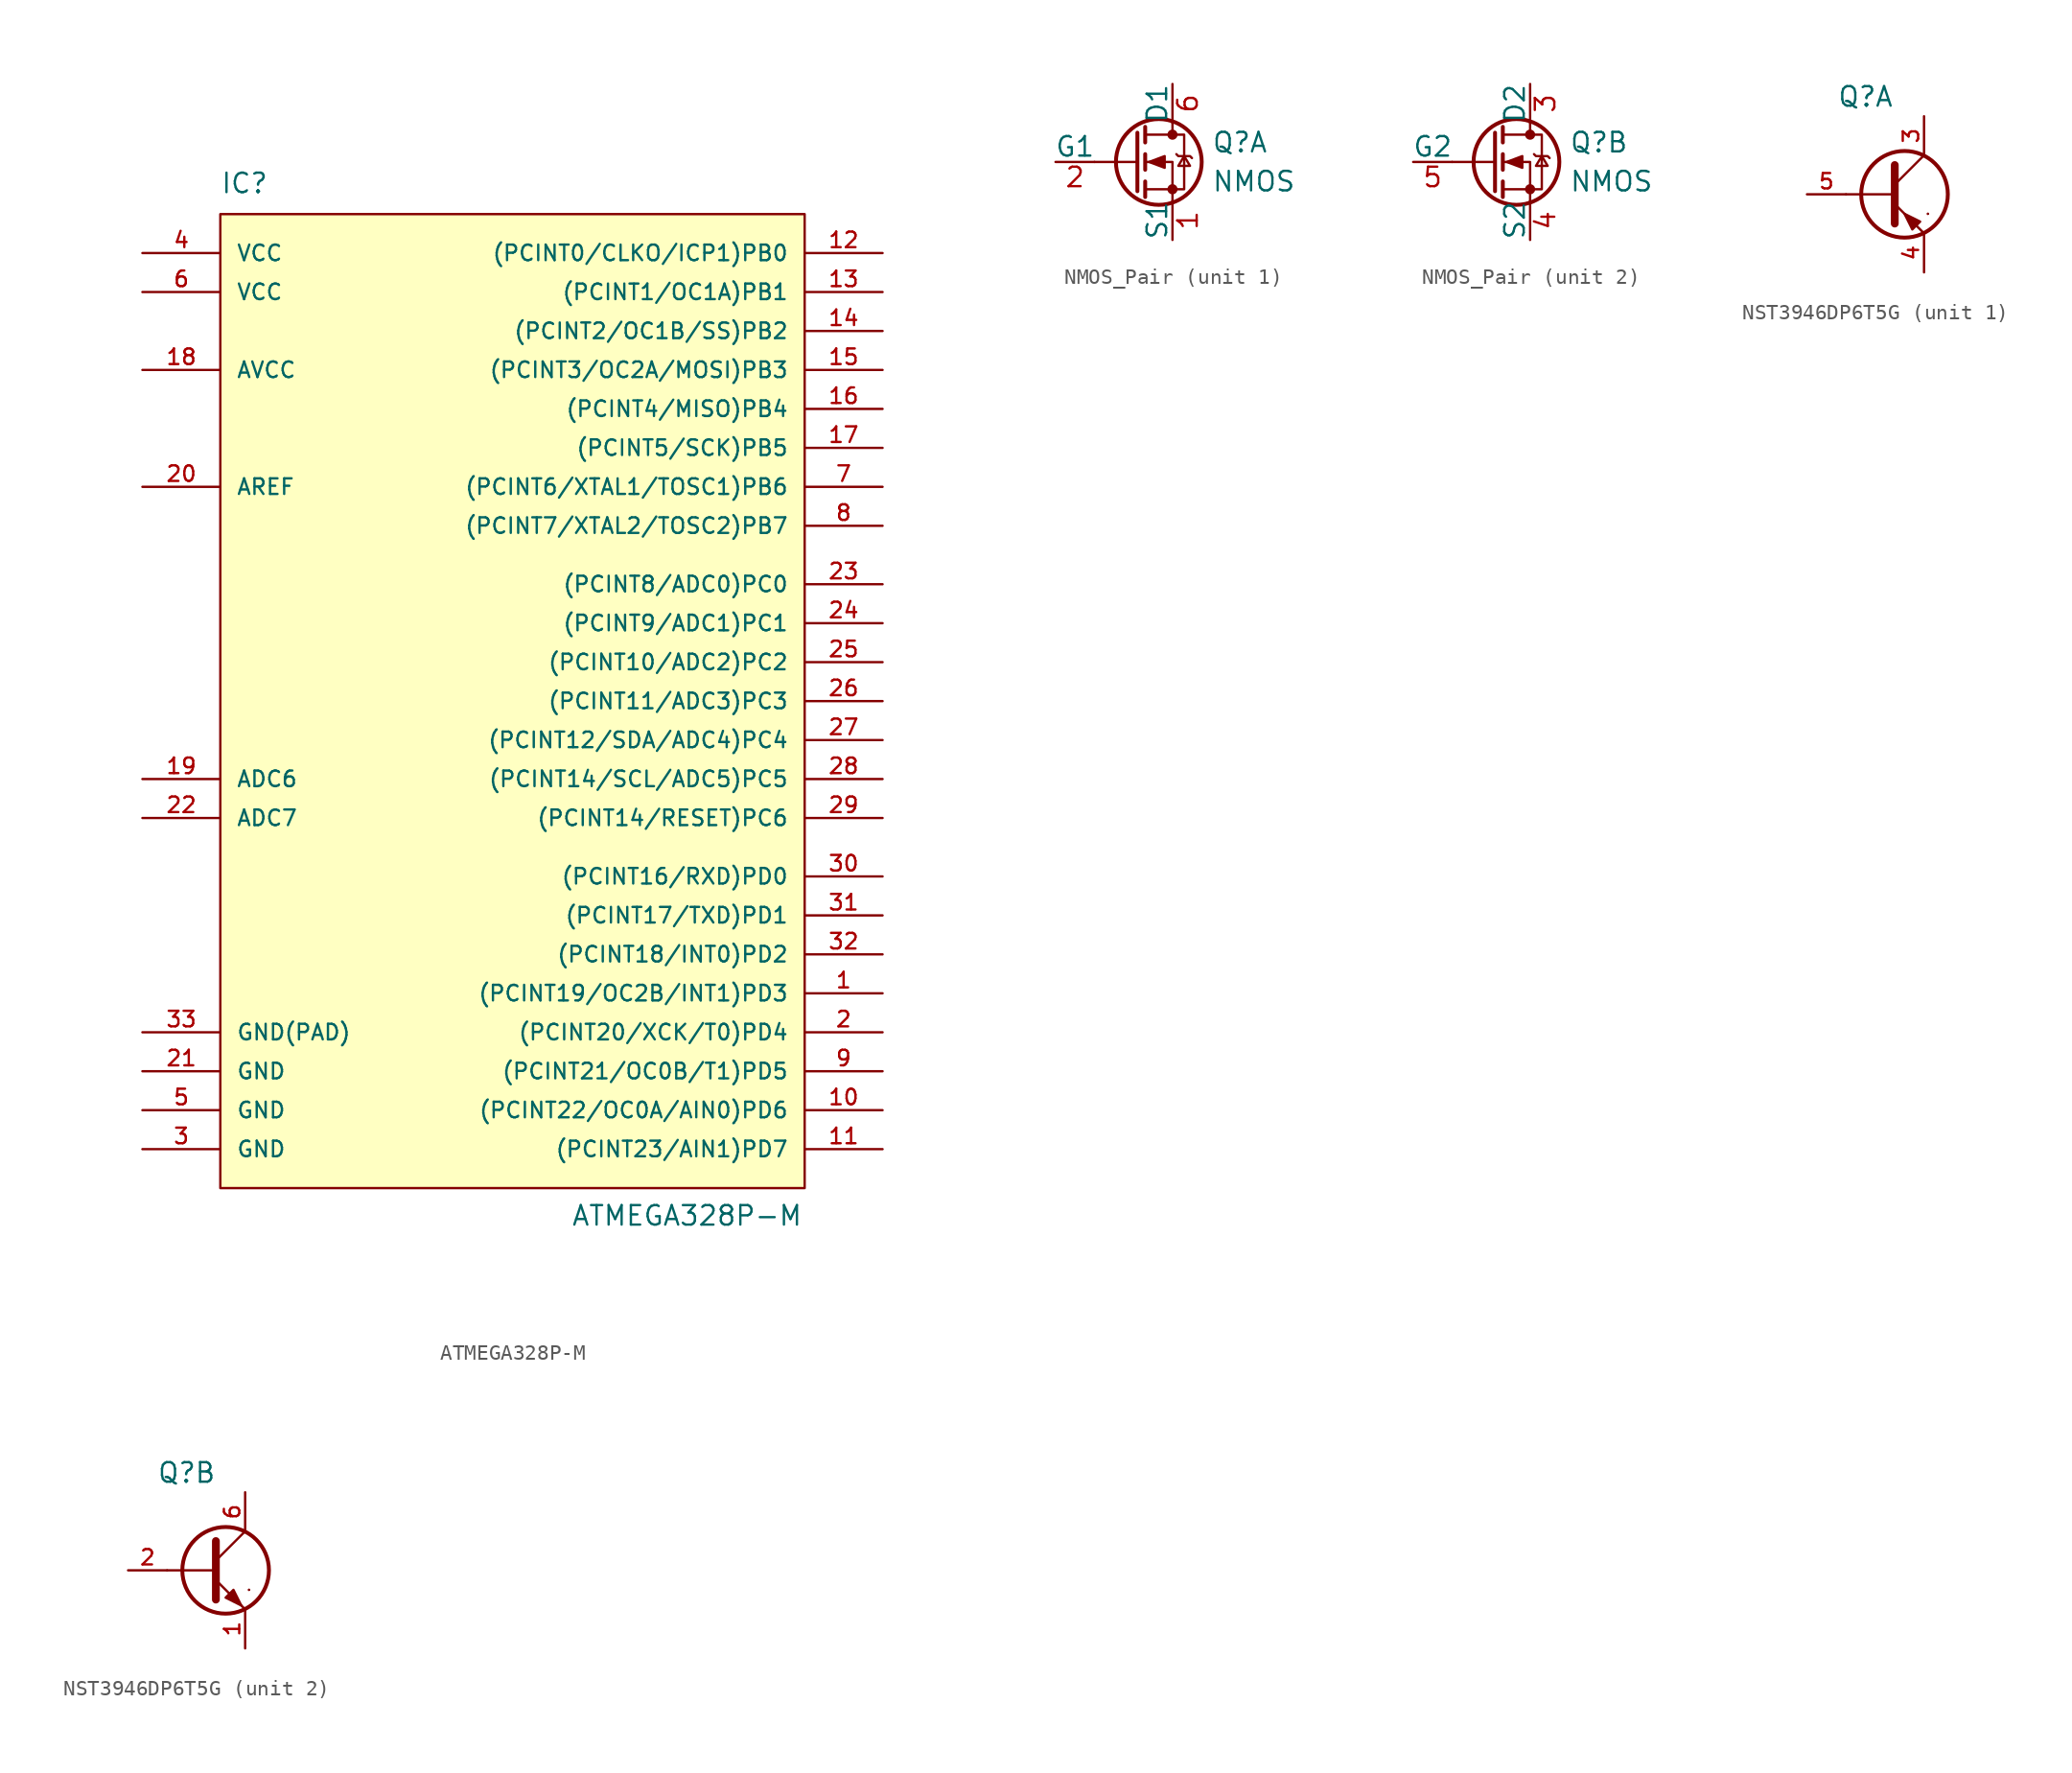
<source format=kicad_sym>
(kicad_symbol_lib
  (version 20220914)
  (generator kicad_symbol_editor)
  (symbol "ATMEGA328P-M"
    (pin_names
      (offset 1.016))
    (property "Reference" "IC"
      (at -17.78 31.75 0)
      (effects (font (size 1.27 1.27)) (justify left bottom)))
    (property "Value" "ATMEGA328P-M"
      (at 5.08 -35.56 0)
      (effects (font (size 1.27 1.27)) (justify left bottom)))
    (property "Datasheet" ""
      (at 0 0 0)
      (effects (font (size 1.524 1.524))))
    (symbol "ATMEGA328P-M_0_1"
      (rectangle (start -17.78 30.48) (end 20.32 -33.02) (stroke (width 0) (type solid)) (fill (type background))))
    (symbol "ATMEGA328P-M_1_1"
      (pin bidirectional line (at 25.4 -20.32 180) (length 5.08) (name "(PCINT19/OC2B/INT1)PD3" (effects (font (size 1.016 1.016)))) (number "1" (effects (font (size 1.016 1.016)))))
      (pin bidirectional line (at 25.4 -27.94 180) (length 5.08) (name "(PCINT22/OC0A/AIN0)PD6" (effects (font (size 1.016 1.016)))) (number "10" (effects (font (size 1.016 1.016)))))
      (pin bidirectional line (at 25.4 -30.48 180) (length 5.08) (name "(PCINT23/AIN1)PD7" (effects (font (size 1.016 1.016)))) (number "11" (effects (font (size 1.016 1.016)))))
      (pin bidirectional line (at 25.4 27.94 180) (length 5.08) (name "(PCINT0/CLKO/ICP1)PB0" (effects (font (size 1.016 1.016)))) (number "12" (effects (font (size 1.016 1.016)))))
      (pin bidirectional line (at 25.4 25.4 180) (length 5.08) (name "(PCINT1/OC1A)PB1" (effects (font (size 1.016 1.016)))) (number "13" (effects (font (size 1.016 1.016)))))
      (pin bidirectional line (at 25.4 22.86 180) (length 5.08) (name "(PCINT2/OC1B/SS)PB2" (effects (font (size 1.016 1.016)))) (number "14" (effects (font (size 1.016 1.016)))))
      (pin bidirectional line (at 25.4 20.32 180) (length 5.08) (name "(PCINT3/OC2A/MOSI)PB3" (effects (font (size 1.016 1.016)))) (number "15" (effects (font (size 1.016 1.016)))))
      (pin bidirectional line (at 25.4 17.78 180) (length 5.08) (name "(PCINT4/MISO)PB4" (effects (font (size 1.016 1.016)))) (number "16" (effects (font (size 1.016 1.016)))))
      (pin bidirectional line (at 25.4 15.24 180) (length 5.08) (name "(PCINT5/SCK)PB5" (effects (font (size 1.016 1.016)))) (number "17" (effects (font (size 1.016 1.016)))))
      (pin power_in line (at -22.86 20.32 0) (length 5.08) (name "AVCC" (effects (font (size 1.016 1.016)))) (number "18" (effects (font (size 1.016 1.016)))))
      (pin input line (at -22.86 -6.35 0) (length 5.08) (name "ADC6" (effects (font (size 1.016 1.016)))) (number "19" (effects (font (size 1.016 1.016)))))
      (pin bidirectional line (at 25.4 -22.86 180) (length 5.08) (name "(PCINT20/XCK/T0)PD4" (effects (font (size 1.016 1.016)))) (number "2" (effects (font (size 1.016 1.016)))))
      (pin passive line (at -22.86 12.7 0) (length 5.08) (name "AREF" (effects (font (size 1.016 1.016)))) (number "20" (effects (font (size 1.016 1.016)))))
      (pin power_in line (at -22.86 -25.4 0) (length 5.08) (name "GND" (effects (font (size 1.016 1.016)))) (number "21" (effects (font (size 1.016 1.016)))))
      (pin power_in line (at -22.86 -8.89 0) (length 5.08) (name "ADC7" (effects (font (size 1.016 1.016)))) (number "22" (effects (font (size 1.016 1.016)))))
      (pin bidirectional line (at 25.4 6.35 180) (length 5.08) (name "(PCINT8/ADC0)PC0" (effects (font (size 1.016 1.016)))) (number "23" (effects (font (size 1.016 1.016)))))
      (pin bidirectional line (at 25.4 3.81 180) (length 5.08) (name "(PCINT9/ADC1)PC1" (effects (font (size 1.016 1.016)))) (number "24" (effects (font (size 1.016 1.016)))))
      (pin bidirectional line (at 25.4 1.27 180) (length 5.08) (name "(PCINT10/ADC2)PC2" (effects (font (size 1.016 1.016)))) (number "25" (effects (font (size 1.016 1.016)))))
      (pin bidirectional line (at 25.4 -1.27 180) (length 5.08) (name "(PCINT11/ADC3)PC3" (effects (font (size 1.016 1.016)))) (number "26" (effects (font (size 1.016 1.016)))))
      (pin bidirectional line (at 25.4 -3.81 180) (length 5.08) (name "(PCINT12/SDA/ADC4)PC4" (effects (font (size 1.016 1.016)))) (number "27" (effects (font (size 1.016 1.016)))))
      (pin bidirectional line (at 25.4 -6.35 180) (length 5.08) (name "(PCINT14/SCL/ADC5)PC5" (effects (font (size 1.016 1.016)))) (number "28" (effects (font (size 1.016 1.016)))))
      (pin bidirectional line (at 25.4 -8.89 180) (length 5.08) (name "(PCINT14/RESET)PC6" (effects (font (size 1.016 1.016)))) (number "29" (effects (font (size 1.016 1.016)))))
      (pin power_in line (at -22.86 -30.48 0) (length 5.08) (name "GND" (effects (font (size 1.016 1.016)))) (number "3" (effects (font (size 1.016 1.016)))))
      (pin bidirectional line (at 25.4 -12.7 180) (length 5.08) (name "(PCINT16/RXD)PD0" (effects (font (size 1.016 1.016)))) (number "30" (effects (font (size 1.016 1.016)))))
      (pin bidirectional line (at 25.4 -15.24 180) (length 5.08) (name "(PCINT17/TXD)PD1" (effects (font (size 1.016 1.016)))) (number "31" (effects (font (size 1.016 1.016)))))
      (pin bidirectional line (at 25.4 -17.78 180) (length 5.08) (name "(PCINT18/INT0)PD2" (effects (font (size 1.016 1.016)))) (number "32" (effects (font (size 1.016 1.016)))))
      (pin power_in line (at -22.86 -22.86 0) (length 5.08) (name "GND(PAD)" (effects (font (size 1.016 1.016)))) (number "33" (effects (font (size 1.016 1.016)))))
      (pin power_in line (at -22.86 27.94 0) (length 5.08) (name "VCC" (effects (font (size 1.016 1.016)))) (number "4" (effects (font (size 1.016 1.016)))))
      (pin power_in line (at -22.86 -27.94 0) (length 5.08) (name "GND" (effects (font (size 1.016 1.016)))) (number "5" (effects (font (size 1.016 1.016)))))
      (pin power_in line (at -22.86 25.4 0) (length 5.08) (name "VCC" (effects (font (size 1.016 1.016)))) (number "6" (effects (font (size 1.016 1.016)))))
      (pin bidirectional line (at 25.4 12.7 180) (length 5.08) (name "(PCINT6/XTAL1/TOSC1)PB6" (effects (font (size 1.016 1.016)))) (number "7" (effects (font (size 1.016 1.016)))))
      (pin bidirectional line (at 25.4 10.16 180) (length 5.08) (name "(PCINT7/XTAL2/TOSC2)PB7" (effects (font (size 1.016 1.016)))) (number "8" (effects (font (size 1.016 1.016)))))
      (pin bidirectional line (at 25.4 -25.4 180) (length 5.08) (name "(PCINT21/OC0B/T1)PD5" (effects (font (size 1.016 1.016)))) (number "9" (effects (font (size 1.016 1.016)))))))
  (symbol "NMOS_Pair"
    (pin_names
      (offset 0))
    (property "Reference" "Q"
      (at 5.08 1.27 0)
      (effects (font (size 1.27 1.27)) (justify left)))
    (property "Value" "NMOS"
      (at 5.08 -1.27 0)
      (effects (font (size 1.27 1.27)) (justify left)))
    (property "ki_locked" ""
      (at 0 0 0)
      (effects (font (size 1.27 1.27))))
    (symbol "NMOS_Pair_0_1"
      (polyline (pts (xy 0.254 0) (xy -2.54 0)) (stroke (width 0) (type default)) (fill (type none)))
      (polyline (pts (xy 0.254 1.905) (xy 0.254 -1.905)) (stroke (width 0.254) (type default)) (fill (type none)))
      (polyline (pts (xy 0.762 -1.27) (xy 0.762 -2.286)) (stroke (width 0.254) (type default)) (fill (type none)))
      (polyline (pts (xy 0.762 0.508) (xy 0.762 -0.508)) (stroke (width 0.254) (type default)) (fill (type none)))
      (polyline (pts (xy 0.762 2.286) (xy 0.762 1.27)) (stroke (width 0.254) (type default)) (fill (type none)))
      (polyline (pts (xy 2.54 2.54) (xy 2.54 1.778)) (stroke (width 0) (type default)) (fill (type none)))
      (polyline (pts (xy 2.54 -2.54) (xy 2.54 0) (xy 0.762 0)) (stroke (width 0) (type default)) (fill (type none)))
      (polyline (pts (xy 0.762 -1.778) (xy 3.302 -1.778) (xy 3.302 1.778) (xy 0.762 1.778)) (stroke (width 0) (type default)) (fill (type none)))
      (polyline (pts (xy 1.016 0) (xy 2.032 0.381) (xy 2.032 -0.381) (xy 1.016 0)) (stroke (width 0) (type default)) (fill (type outline)))
      (polyline (pts (xy 2.794 0.508) (xy 2.921 0.381) (xy 3.683 0.381) (xy 3.81 0.254)) (stroke (width 0) (type default)) (fill (type none)))
      (polyline (pts (xy 3.302 0.381) (xy 2.921 -0.254) (xy 3.683 -0.254) (xy 3.302 0.381)) (stroke (width 0) (type default)) (fill (type none)))
      (circle (center 1.651 0) (radius 2.794) (stroke (width 0.254) (type default)) (fill (type none)))
      (circle (center 2.54 -1.778) (radius 0.254) (stroke (width 0) (type default)) (fill (type outline)))
      (circle (center 2.54 1.778) (radius 0.254) (stroke (width 0) (type default)) (fill (type outline))))
    (symbol "NMOS_Pair_1_1"
      (pin passive line (at 2.54 -5.08 90) (length 2.54) (name "S1" (effects (font (size 1.27 1.27)))) (number "1" (effects (font (size 1.27 1.27)))))
      (pin input line (at -5.08 0 0) (length 2.54) (name "G1" (effects (font (size 1.27 1.27)))) (number "2" (effects (font (size 1.27 1.27)))))
      (pin passive line (at 2.54 5.08 270) (length 2.54) (name "D1" (effects (font (size 1.27 1.27)))) (number "6" (effects (font (size 1.27 1.27))))))
    (symbol "NMOS_Pair_2_1"
      (pin passive line (at 2.54 5.08 270) (length 2.54) (name "D2" (effects (font (size 1.27 1.27)))) (number "3" (effects (font (size 1.27 1.27)))))
      (pin passive line (at 2.54 -5.08 90) (length 2.54) (name "S2" (effects (font (size 1.27 1.27)))) (number "4" (effects (font (size 1.27 1.27)))))
      (pin input line (at -5.08 0 0) (length 2.54) (name "G2" (effects (font (size 1.27 1.27)))) (number "5" (effects (font (size 1.27 1.27)))))))
  (symbol "NST3946DP6T5G"
    (property "Reference" "Q"
      (at -1.27 6.35 0)
      (effects (font (size 1.27 1.27))))
    (property "ki_locked" ""
      (at 0 0 0)
      (effects (font (size 1.27 1.27))))
    (symbol "NST3946DP6T5G_0_1"
      (polyline (pts (xy 2.794 -1.27) (xy 2.794 -1.27)) (stroke (width 0.152) (type default)) (fill (type none)))
      (polyline (pts (xy 2.794 -1.27) (xy 2.794 -1.27)) (stroke (width 0.152) (type default)) (fill (type none))))
    (symbol "NST3946DP6T5G_1_1"
      (polyline (pts (xy -2.54 0) (xy 0.635 0)) (stroke (width 0.152) (type default)) (fill (type none)))
      (polyline (pts (xy 0.635 0.635) (xy 2.54 2.54)) (stroke (width 0) (type default)) (fill (type none)))
      (polyline (pts (xy 0.635 -0.635) (xy 2.54 -2.54) (xy 2.54 -2.54)) (stroke (width 0) (type default)) (fill (type none)))
      (polyline (pts (xy 0.635 1.905) (xy 0.635 -1.905) (xy 0.635 -1.905)) (stroke (width 0.508) (type default)) (fill (type none)))
      (polyline (pts (xy 2.286 -1.778) (xy 1.778 -2.286) (xy 1.27 -1.27) (xy 2.286 -1.778) (xy 2.286 -1.778)) (stroke (width 0) (type default)) (fill (type outline)))
      (circle (center 1.27 0) (radius 2.819) (stroke (width 0.254) (type default)) (fill (type none)))
      (pin passive line (at 2.54 5.08 270) (length 2.54) (name "" (effects (font (size 0.75 0.75)))) (number "3" (effects (font (size 1 1)))))
      (pin passive line (at 2.54 -5.08 90) (length 2.54) (name "" (effects (font (size 0.75 0.75)))) (number "4" (effects (font (size 1 1)))))
      (pin input line (at -5.08 0 0) (length 2.54) (name "" (effects (font (size 0.75 0.75)))) (number "5" (effects (font (size 1 1))))))
    (symbol "NST3946DP6T5G_2_1"
      (polyline (pts (xy -2.54 0) (xy 0.635 0)) (stroke (width 0.152) (type default)) (fill (type none)))
      (polyline (pts (xy 0.635 0.635) (xy 2.54 2.54)) (stroke (width 0) (type default)) (fill (type none)))
      (polyline (pts (xy 0.635 -0.635) (xy 2.54 -2.54) (xy 2.54 -2.54)) (stroke (width 0) (type default)) (fill (type none)))
      (polyline (pts (xy 0.635 1.905) (xy 0.635 -1.905) (xy 0.635 -1.905)) (stroke (width 0.508) (type default)) (fill (type none)))
      (polyline (pts (xy 1.27 -1.778) (xy 1.778 -1.27) (xy 2.286 -2.286) (xy 1.27 -1.778) (xy 1.27 -1.778)) (stroke (width 0) (type default)) (fill (type outline)))
      (circle (center 1.27 0) (radius 2.819) (stroke (width 0.254) (type default)) (fill (type none)))
      (pin open_emitter line (at 2.54 -5.08 90) (length 2.54) (name "" (effects (font (size 0.75 0.75)))) (number "1" (effects (font (size 1 1)))))
      (pin input line (at -5.08 0 0) (length 2.54) (name "" (effects (font (size 0.75 0.75)))) (number "2" (effects (font (size 1 1)))))
      (pin open_collector line (at 2.54 5.08 270) (length 2.54) (name "" (effects (font (size 0.75 0.75)))) (number "6" (effects (font (size 1 1))))))))
</source>
